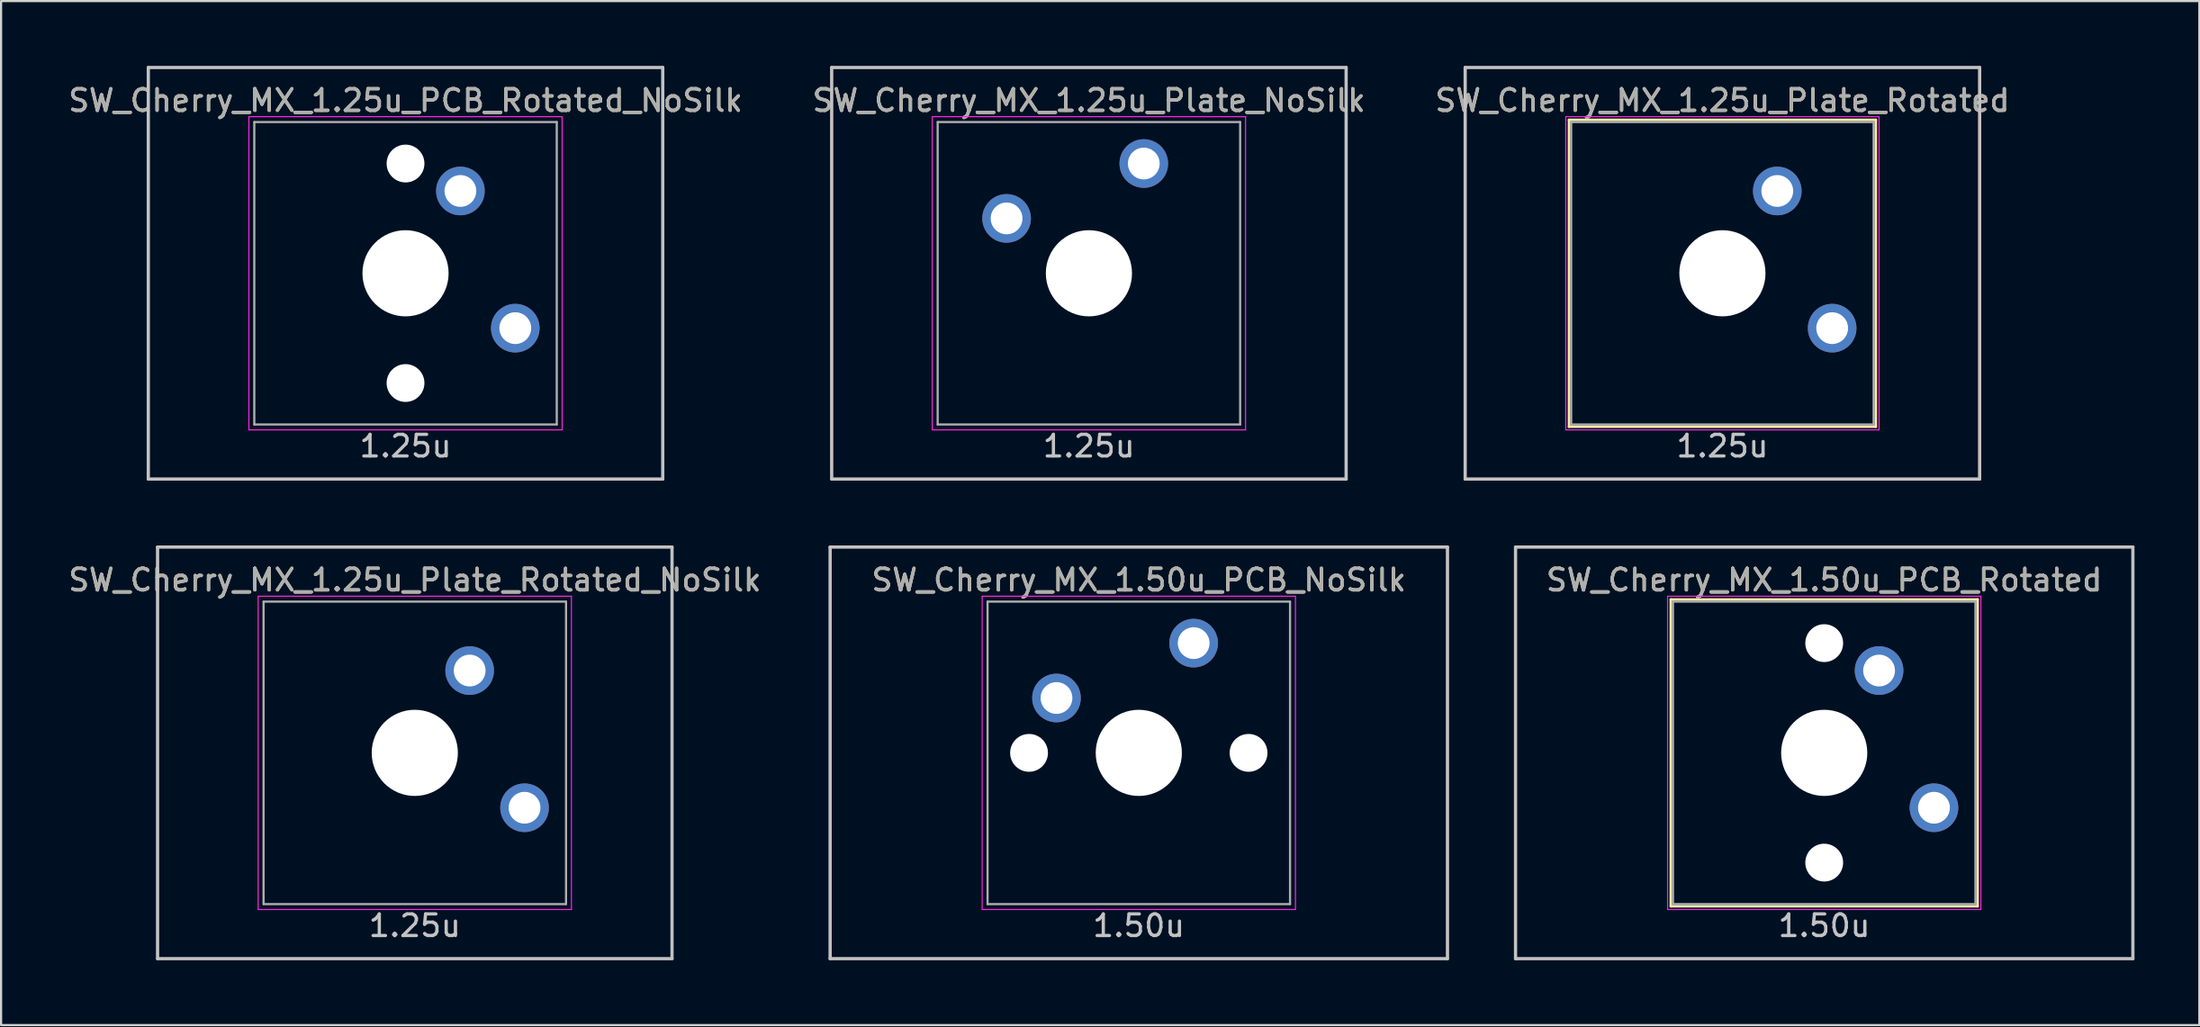
<source format=kicad_pcb>
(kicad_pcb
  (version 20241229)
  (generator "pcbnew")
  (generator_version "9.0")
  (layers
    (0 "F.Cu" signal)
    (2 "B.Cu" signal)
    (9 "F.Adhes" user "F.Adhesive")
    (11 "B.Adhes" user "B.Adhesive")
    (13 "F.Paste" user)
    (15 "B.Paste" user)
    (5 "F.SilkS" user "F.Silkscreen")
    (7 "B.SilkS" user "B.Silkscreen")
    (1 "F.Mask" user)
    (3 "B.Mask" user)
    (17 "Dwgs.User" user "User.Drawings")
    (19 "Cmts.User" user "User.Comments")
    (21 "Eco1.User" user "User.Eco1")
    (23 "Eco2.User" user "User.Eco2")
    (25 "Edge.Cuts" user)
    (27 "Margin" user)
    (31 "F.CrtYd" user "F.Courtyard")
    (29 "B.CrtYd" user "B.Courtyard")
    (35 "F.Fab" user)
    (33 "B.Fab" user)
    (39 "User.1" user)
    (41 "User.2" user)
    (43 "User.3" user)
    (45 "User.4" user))
  (footprint "SW_Cherry_MX_1.25u_Plate_Rotated_NoSilk"
    (layer "F.Cu")
    (at 16.149 31.8)
    (property "Reference" "SW_Cherry_MX_1.25u_Plate_Rotated_NoSilk" (at 0 -8 0) (layer "F.SilkS") (effects (font (size 1 1) (thickness 0.15))))
    (attr through_hole)
    (fp_line (start -11.906 -9.525) (end 11.906 -9.525) (stroke (width 0.15) (type solid)) (layer "Dwgs.User"))
    (fp_line (start -11.906 9.525) (end -11.906 -9.525) (stroke (width 0.15) (type solid)) (layer "Dwgs.User"))
    (fp_line (start -11.906 9.525) (end 11.906 9.525) (stroke (width 0.15) (type solid)) (layer "Dwgs.User"))
    (fp_line (start 11.906 -9.525) (end 11.906 9.525) (stroke (width 0.15) (type solid)) (layer "Dwgs.User"))
    (fp_line (start -7.25 -7.25) (end 7.25 -7.25) (stroke (width 0.05) (type solid)) (layer "F.CrtYd"))
    (fp_line (start -7.25 7.25) (end -7.25 -7.25) (stroke (width 0.05) (type solid)) (layer "F.CrtYd"))
    (fp_line (start 7.25 -7.25) (end 7.25 7.25) (stroke (width 0.05) (type solid)) (layer "F.CrtYd"))
    (fp_line (start 7.25 7.25) (end -7.25 7.25) (stroke (width 0.05) (type solid)) (layer "F.CrtYd"))
    (fp_line (start -7 -7) (end 7 -7) (stroke (width 0.1) (type solid)) (layer "F.Fab"))
    (fp_line (start -7 7) (end -7 -7) (stroke (width 0.1) (type solid)) (layer "F.Fab"))
    (fp_line (start 7 -7) (end 7 7) (stroke (width 0.1) (type solid)) (layer "F.Fab"))
    (fp_line (start 7 7) (end -7 7) (stroke (width 0.1) (type solid)) (layer "F.Fab"))
    (fp_text user "1.25u" (at 0 8 0) (layer "Dwgs.User") (effects (font (size 1 1) (thickness 0.15))))
    (fp_text user "${REFERENCE}" (at 0 -8 0) (layer "F.Fab") (effects (font (size 1 1) (thickness 0.15))))
    (pad "" np_thru_hole circle (at 0 0 270) (size 3.988 3.988) (drill 3.988) (layers "*.Cu" "*.Mask"))
    (pad "1" thru_hole circle (at 2.54 -3.81 270) (size 2.25 2.25) (drill 1.47) (layers "*.Cu" "B.Mask"))
    (pad "2" thru_hole circle (at 5.08 2.54 270) (size 2.25 2.25) (drill 1.47) (layers "*.Cu" "B.Mask")))
  (footprint "SW_Cherry_MX_1.25u_Plate_NoSilk"
    (layer "F.Cu")
    (at 47.351 9.6)
    (property "Reference" "SW_Cherry_MX_1.25u_Plate_NoSilk" (at 0 -8 0) (layer "F.SilkS") (effects (font (size 1 1) (thickness 0.15))))
    (attr through_hole)
    (fp_line (start -11.906 -9.525) (end 11.906 -9.525) (stroke (width 0.15) (type solid)) (layer "Dwgs.User"))
    (fp_line (start -11.906 9.525) (end -11.906 -9.525) (stroke (width 0.15) (type solid)) (layer "Dwgs.User"))
    (fp_line (start -11.906 9.525) (end 11.906 9.525) (stroke (width 0.15) (type solid)) (layer "Dwgs.User"))
    (fp_line (start 11.906 -9.525) (end 11.906 9.525) (stroke (width 0.15) (type solid)) (layer "Dwgs.User"))
    (fp_line (start -7.25 -7.25) (end 7.25 -7.25) (stroke (width 0.05) (type solid)) (layer "F.CrtYd"))
    (fp_line (start -7.25 7.25) (end -7.25 -7.25) (stroke (width 0.05) (type solid)) (layer "F.CrtYd"))
    (fp_line (start 7.25 -7.25) (end 7.25 7.25) (stroke (width 0.05) (type solid)) (layer "F.CrtYd"))
    (fp_line (start 7.25 7.25) (end -7.25 7.25) (stroke (width 0.05) (type solid)) (layer "F.CrtYd"))
    (fp_line (start -7 -7) (end 7 -7) (stroke (width 0.1) (type solid)) (layer "F.Fab"))
    (fp_line (start -7 7) (end -7 -7) (stroke (width 0.1) (type solid)) (layer "F.Fab"))
    (fp_line (start 7 -7) (end 7 7) (stroke (width 0.1) (type solid)) (layer "F.Fab"))
    (fp_line (start 7 7) (end -7 7) (stroke (width 0.1) (type solid)) (layer "F.Fab"))
    (fp_text user "1.25u" (at 0 8 0) (layer "Dwgs.User") (effects (font (size 1 1) (thickness 0.15))))
    (fp_text user "${REFERENCE}" (at 0 -8 0) (layer "F.Fab") (effects (font (size 1 1) (thickness 0.15))))
    (pad "" np_thru_hole circle (at 0 0) (size 3.988 3.988) (drill 3.988) (layers "*.Cu" "*.Mask"))
    (pad "1" thru_hole circle (at -3.81 -2.54) (size 2.25 2.25) (drill 1.47) (layers "*.Cu" "B.Mask"))
    (pad "2" thru_hole circle (at 2.54 -5.08) (size 2.25 2.25) (drill 1.47) (layers "*.Cu" "B.Mask")))
  (footprint "SW_Cherry_MX_1.50u_PCB_NoSilk"
    (layer "F.Cu")
    (at 49.66 31.8)
    (property "Reference" "SW_Cherry_MX_1.50u_PCB_NoSilk" (at 0 -8 0) (layer "F.SilkS") (effects (font (size 1 1) (thickness 0.15))))
    (attr through_hole)
    (fp_line (start -14.287 -9.525) (end 14.287 -9.525) (stroke (width 0.15) (type solid)) (layer "Dwgs.User"))
    (fp_line (start -14.287 9.525) (end -14.287 -9.525) (stroke (width 0.15) (type solid)) (layer "Dwgs.User"))
    (fp_line (start -14.287 9.525) (end 14.287 9.525) (stroke (width 0.15) (type solid)) (layer "Dwgs.User"))
    (fp_line (start 14.287 -9.525) (end 14.287 9.525) (stroke (width 0.15) (type solid)) (layer "Dwgs.User"))
    (fp_line (start -7.25 -7.25) (end 7.25 -7.25) (stroke (width 0.05) (type solid)) (layer "F.CrtYd"))
    (fp_line (start -7.25 7.25) (end -7.25 -7.25) (stroke (width 0.05) (type solid)) (layer "F.CrtYd"))
    (fp_line (start 7.25 -7.25) (end 7.25 7.25) (stroke (width 0.05) (type solid)) (layer "F.CrtYd"))
    (fp_line (start 7.25 7.25) (end -7.25 7.25) (stroke (width 0.05) (type solid)) (layer "F.CrtYd"))
    (fp_line (start -7 -7) (end 7 -7) (stroke (width 0.1) (type solid)) (layer "F.Fab"))
    (fp_line (start -7 7) (end -7 -7) (stroke (width 0.1) (type solid)) (layer "F.Fab"))
    (fp_line (start 7 -7) (end 7 7) (stroke (width 0.1) (type solid)) (layer "F.Fab"))
    (fp_line (start 7 7) (end -7 7) (stroke (width 0.1) (type solid)) (layer "F.Fab"))
    (fp_text user "1.50u" (at 0 8 0) (layer "Dwgs.User") (effects (font (size 1 1) (thickness 0.15))))
    (fp_text user "${REFERENCE}" (at 0 -8 0) (layer "F.Fab") (effects (font (size 1 1) (thickness 0.15))))
    (pad "" np_thru_hole circle (at -5.08 0 48.1) (size 1.75 1.75) (drill 1.75) (layers "*.Cu" "*.Mask"))
    (pad "" np_thru_hole circle (at 0 0) (size 3.988 3.988) (drill 3.988) (layers "*.Cu" "*.Mask"))
    (pad "" np_thru_hole circle (at 5.08 0 48.1) (size 1.75 1.75) (drill 1.75) (layers "*.Cu" "*.Mask"))
    (pad "1" thru_hole circle (at -3.81 -2.54) (size 2.25 2.25) (drill 1.47) (layers "*.Cu" "B.Mask"))
    (pad "2" thru_hole circle (at 2.54 -5.08) (size 2.25 2.25) (drill 1.47) (layers "*.Cu" "B.Mask")))
  (footprint "SW_Cherry_MX_1.25u_Plate_Rotated"
    (layer "F.Cu")
    (at 76.673 9.6)
    (property "Reference" "SW_Cherry_MX_1.25u_Plate_Rotated" (at 0 -8 0) (layer "F.SilkS") (effects (font (size 1 1) (thickness 0.15))))
    (attr through_hole)
    (fp_line (start -7.1 -7.1) (end 7.1 -7.1) (stroke (width 0.12) (type solid)) (layer "F.SilkS"))
    (fp_line (start -7.1 7.1) (end -7.1 -7.1) (stroke (width 0.12) (type solid)) (layer "F.SilkS"))
    (fp_line (start 7.1 -7.1) (end 7.1 7.1) (stroke (width 0.12) (type solid)) (layer "F.SilkS"))
    (fp_line (start 7.1 7.1) (end -7.1 7.1) (stroke (width 0.12) (type solid)) (layer "F.SilkS"))
    (fp_line (start -11.906 -9.525) (end 11.906 -9.525) (stroke (width 0.15) (type solid)) (layer "Dwgs.User"))
    (fp_line (start -11.906 9.525) (end -11.906 -9.525) (stroke (width 0.15) (type solid)) (layer "Dwgs.User"))
    (fp_line (start -11.906 9.525) (end 11.906 9.525) (stroke (width 0.15) (type solid)) (layer "Dwgs.User"))
    (fp_line (start 11.906 -9.525) (end 11.906 9.525) (stroke (width 0.15) (type solid)) (layer "Dwgs.User"))
    (fp_line (start -7.25 -7.25) (end 7.25 -7.25) (stroke (width 0.05) (type solid)) (layer "F.CrtYd"))
    (fp_line (start -7.25 7.25) (end -7.25 -7.25) (stroke (width 0.05) (type solid)) (layer "F.CrtYd"))
    (fp_line (start 7.25 -7.25) (end 7.25 7.25) (stroke (width 0.05) (type solid)) (layer "F.CrtYd"))
    (fp_line (start 7.25 7.25) (end -7.25 7.25) (stroke (width 0.05) (type solid)) (layer "F.CrtYd"))
    (fp_line (start -7 -7) (end 7 -7) (stroke (width 0.1) (type solid)) (layer "F.Fab"))
    (fp_line (start -7 7) (end -7 -7) (stroke (width 0.1) (type solid)) (layer "F.Fab"))
    (fp_line (start 7 -7) (end 7 7) (stroke (width 0.1) (type solid)) (layer "F.Fab"))
    (fp_line (start 7 7) (end -7 7) (stroke (width 0.1) (type solid)) (layer "F.Fab"))
    (fp_text user "1.25u" (at 0 8 0) (layer "Dwgs.User") (effects (font (size 1 1) (thickness 0.15))))
    (fp_text user "${REFERENCE}" (at 0 -8 0) (layer "F.Fab") (effects (font (size 1 1) (thickness 0.15))))
    (pad "" np_thru_hole circle (at 0 0 270) (size 3.988 3.988) (drill 3.988) (layers "*.Cu" "*.Mask"))
    (pad "1" thru_hole circle (at 2.54 -3.81 270) (size 2.25 2.25) (drill 1.47) (layers "*.Cu" "B.Mask"))
    (pad "2" thru_hole circle (at 5.08 2.54 270) (size 2.25 2.25) (drill 1.47) (layers "*.Cu" "B.Mask")))
  (footprint "SW_Cherry_MX_1.25u_PCB_Rotated_NoSilk"
    (layer "F.Cu")
    (at 15.72 9.6)
    (property "Reference" "SW_Cherry_MX_1.25u_PCB_Rotated_NoSilk" (at 0 -8 0) (layer "F.SilkS") (effects (font (size 1 1) (thickness 0.15))))
    (attr through_hole)
    (fp_line (start -11.906 -9.525) (end 11.906 -9.525) (stroke (width 0.15) (type solid)) (layer "Dwgs.User"))
    (fp_line (start -11.906 9.525) (end -11.906 -9.525) (stroke (width 0.15) (type solid)) (layer "Dwgs.User"))
    (fp_line (start -11.906 9.525) (end 11.906 9.525) (stroke (width 0.15) (type solid)) (layer "Dwgs.User"))
    (fp_line (start 11.906 -9.525) (end 11.906 9.525) (stroke (width 0.15) (type solid)) (layer "Dwgs.User"))
    (fp_line (start -7.25 -7.25) (end 7.25 -7.25) (stroke (width 0.05) (type solid)) (layer "F.CrtYd"))
    (fp_line (start -7.25 7.25) (end -7.25 -7.25) (stroke (width 0.05) (type solid)) (layer "F.CrtYd"))
    (fp_line (start 7.25 -7.25) (end 7.25 7.25) (stroke (width 0.05) (type solid)) (layer "F.CrtYd"))
    (fp_line (start 7.25 7.25) (end -7.25 7.25) (stroke (width 0.05) (type solid)) (layer "F.CrtYd"))
    (fp_line (start -7 -7) (end 7 -7) (stroke (width 0.1) (type solid)) (layer "F.Fab"))
    (fp_line (start -7 7) (end -7 -7) (stroke (width 0.1) (type solid)) (layer "F.Fab"))
    (fp_line (start 7 -7) (end 7 7) (stroke (width 0.1) (type solid)) (layer "F.Fab"))
    (fp_line (start 7 7) (end -7 7) (stroke (width 0.1) (type solid)) (layer "F.Fab"))
    (fp_text user "1.25u" (at 0 8 0) (layer "Dwgs.User") (effects (font (size 1 1) (thickness 0.15))))
    (fp_text user "${REFERENCE}" (at 0 -8 0) (layer "F.Fab") (effects (font (size 1 1) (thickness 0.15))))
    (pad "" np_thru_hole circle (at 0 -5.08 318.1) (size 1.75 1.75) (drill 1.75) (layers "*.Cu" "*.Mask"))
    (pad "" np_thru_hole circle (at 0 0 270) (size 3.988 3.988) (drill 3.988) (layers "*.Cu" "*.Mask"))
    (pad "" np_thru_hole circle (at 0 5.08 318.1) (size 1.75 1.75) (drill 1.75) (layers "*.Cu" "*.Mask"))
    (pad "1" thru_hole circle (at 2.54 -3.81 270) (size 2.25 2.25) (drill 1.47) (layers "*.Cu" "B.Mask"))
    (pad "2" thru_hole circle (at 5.08 2.54 270) (size 2.25 2.25) (drill 1.47) (layers "*.Cu" "B.Mask")))
  (footprint "SW_Cherry_MX_1.50u_PCB_Rotated"
    (layer "F.Cu")
    (at 81.385 31.8)
    (property "Reference" "SW_Cherry_MX_1.50u_PCB_Rotated" (at 0 -8 0) (layer "F.SilkS") (effects (font (size 1 1) (thickness 0.15))))
    (attr through_hole)
    (fp_line (start -7.1 -7.1) (end 7.1 -7.1) (stroke (width 0.12) (type solid)) (layer "F.SilkS"))
    (fp_line (start -7.1 7.1) (end -7.1 -7.1) (stroke (width 0.12) (type solid)) (layer "F.SilkS"))
    (fp_line (start 7.1 -7.1) (end 7.1 7.1) (stroke (width 0.12) (type solid)) (layer "F.SilkS"))
    (fp_line (start 7.1 7.1) (end -7.1 7.1) (stroke (width 0.12) (type solid)) (layer "F.SilkS"))
    (fp_line (start -14.287 -9.525) (end -14.287 9.525) (stroke (width 0.15) (type solid)) (layer "Dwgs.User"))
    (fp_line (start -14.287 -9.525) (end 14.287 -9.525) (stroke (width 0.15) (type solid)) (layer "Dwgs.User"))
    (fp_line (start -14.287 9.525) (end 14.287 9.525) (stroke (width 0.15) (type solid)) (layer "Dwgs.User"))
    (fp_line (start 14.287 -9.525) (end 14.287 9.525) (stroke (width 0.15) (type solid)) (layer "Dwgs.User"))
    (fp_line (start -7.25 -7.25) (end 7.25 -7.25) (stroke (width 0.05) (type solid)) (layer "F.CrtYd"))
    (fp_line (start -7.25 7.25) (end -7.25 -7.25) (stroke (width 0.05) (type solid)) (layer "F.CrtYd"))
    (fp_line (start 7.25 -7.25) (end 7.25 7.25) (stroke (width 0.05) (type solid)) (layer "F.CrtYd"))
    (fp_line (start 7.25 7.25) (end -7.25 7.25) (stroke (width 0.05) (type solid)) (layer "F.CrtYd"))
    (fp_line (start -7 -7) (end 7 -7) (stroke (width 0.1) (type solid)) (layer "F.Fab"))
    (fp_line (start -7 7) (end -7 -7) (stroke (width 0.1) (type solid)) (layer "F.Fab"))
    (fp_line (start 7 -7) (end 7 7) (stroke (width 0.1) (type solid)) (layer "F.Fab"))
    (fp_line (start 7 7) (end -7 7) (stroke (width 0.1) (type solid)) (layer "F.Fab"))
    (fp_text user "1.50u" (at 0 8 0) (layer "Dwgs.User") (effects (font (size 1 1) (thickness 0.15))))
    (fp_text user "${REFERENCE}" (at 0 -8 0) (layer "F.Fab") (effects (font (size 1 1) (thickness 0.15))))
    (pad "" np_thru_hole circle (at 0 -5.08 318.1) (size 1.75 1.75) (drill 1.75) (layers "*.Cu" "*.Mask"))
    (pad "" np_thru_hole circle (at 0 0 270) (size 3.988 3.988) (drill 3.988) (layers "*.Cu" "*.Mask"))
    (pad "" np_thru_hole circle (at 0 5.08 318.1) (size 1.75 1.75) (drill 1.75) (layers "*.Cu" "*.Mask"))
    (pad "1" thru_hole circle (at 2.54 -3.81 270) (size 2.25 2.25) (drill 1.47) (layers "*.Cu" "B.Mask"))
    (pad "2" thru_hole circle (at 5.08 2.54 270) (size 2.25 2.25) (drill 1.47) (layers "*.Cu" "B.Mask")))
  (gr_rect
    (start -3 -3)
    (end 98.748 44.4)
    (stroke (width 0.1) (type default))
    (fill no)
    (layer "Edge.Cuts")))
</source>
